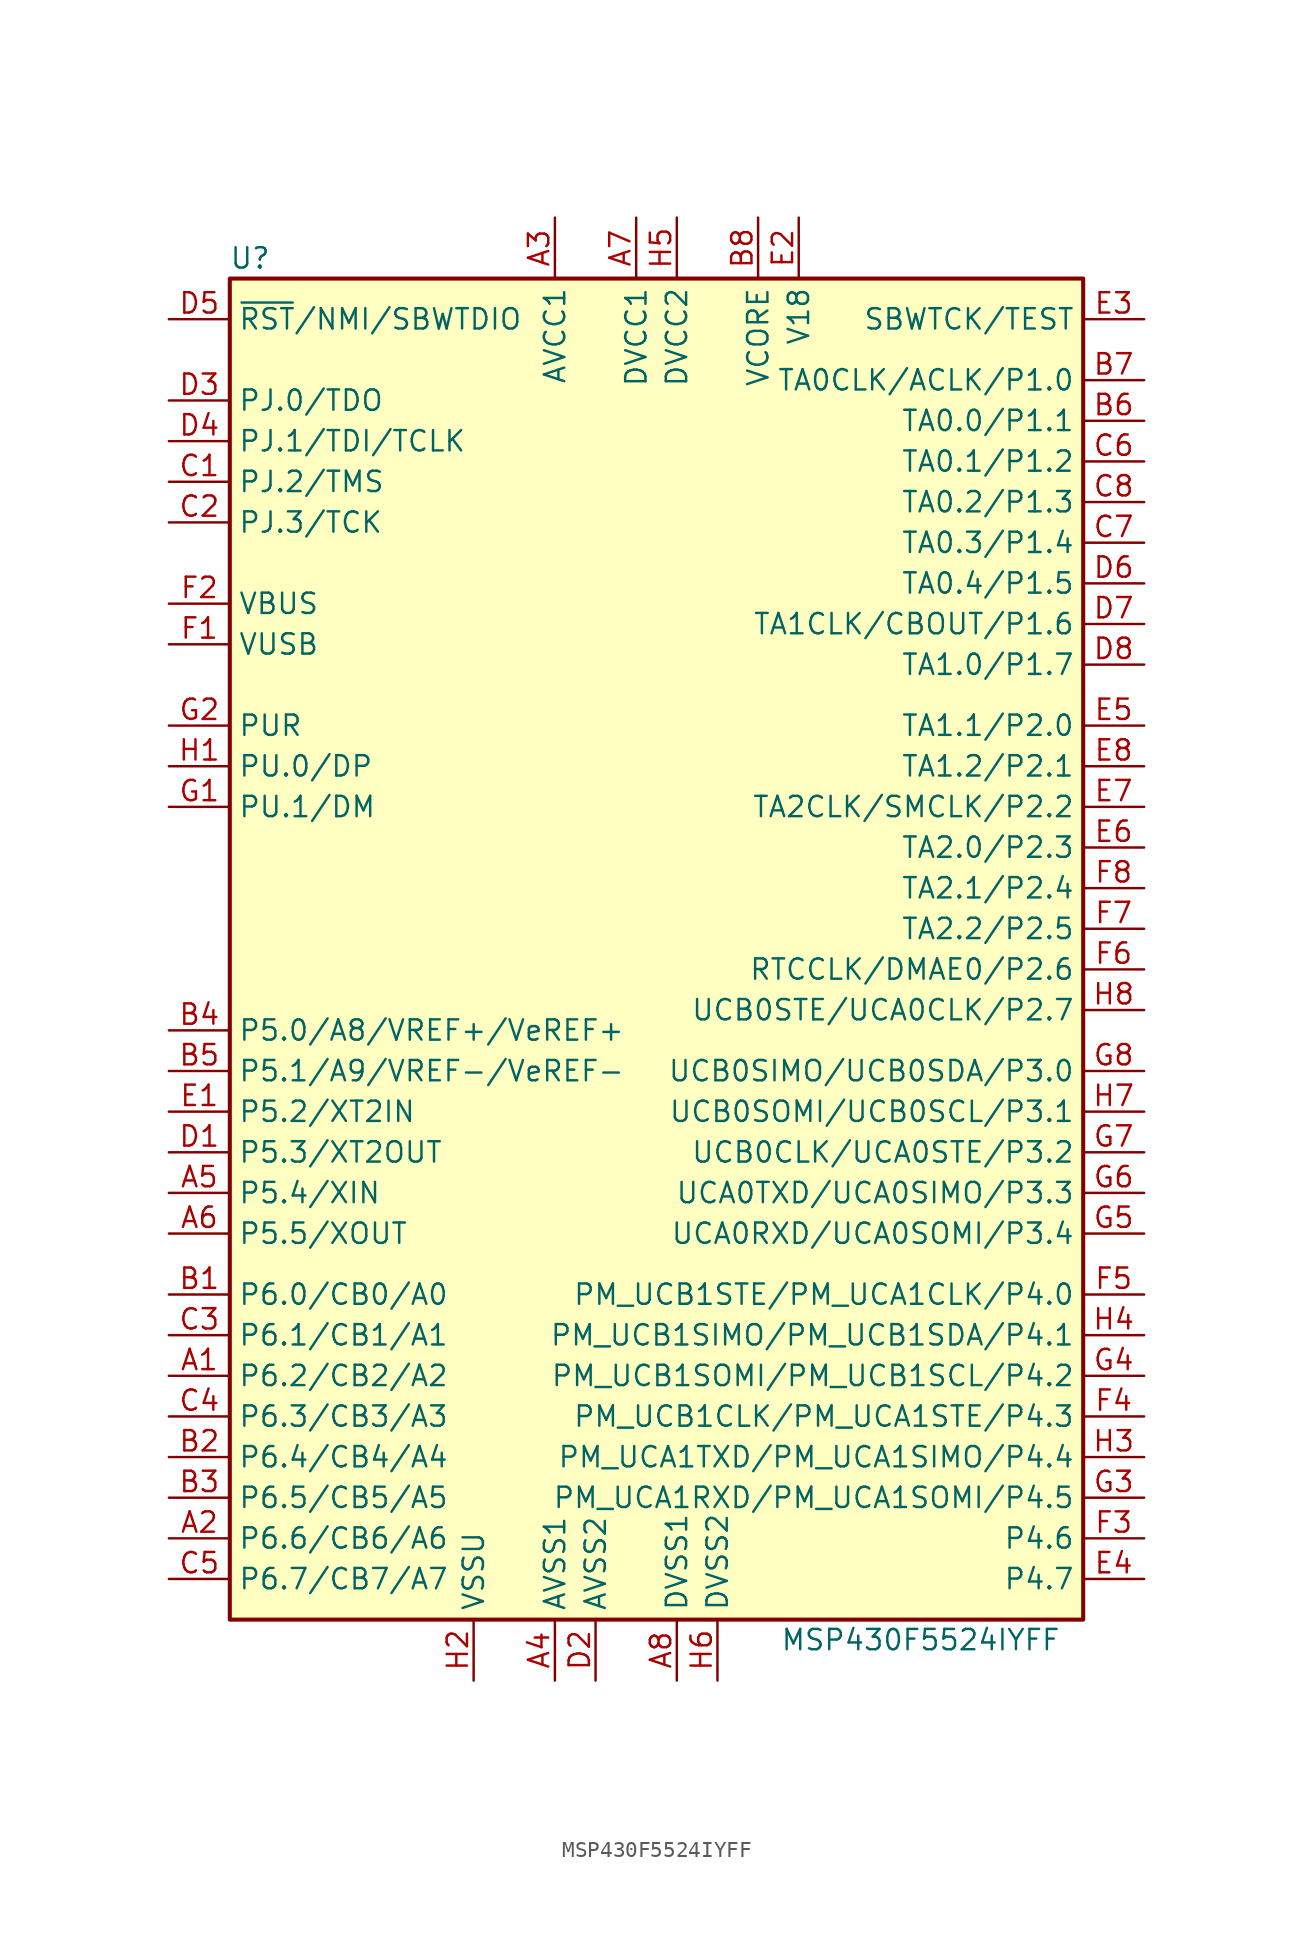
<source format=kicad_sym>
(kicad_symbol_lib
  (version 20241209)
  (generator "kicad_symbol_editor")
  (generator_version "9.0")
  (symbol "MSP430F5524IYFF"
    (property "Reference" "U"
      (at -25.4 43.18 0)
      (effects (font (size 1.27 1.27))))
    (property "Value" "MSP430F5524IYFF"
      (at 16.51 -43.18 0)
      (effects (font (size 1.27 1.27))))
    (symbol "MSP430F5524IYFF_0_1"
      (rectangle (start -26.67 41.91) (end 26.67 -41.91) (stroke (width 0.254) (type default)) (fill (type background))))
    (symbol "MSP430F5524IYFF_1_1"
      (pin input line (at -30.48 39.37 0) (length 3.81) (name "~{RST}/NMI/SBWTDIO" (effects (font (size 1.27 1.27)))) (number "D5" (effects (font (size 1.27 1.27)))))
      (pin bidirectional line (at -30.48 34.29 0) (length 3.81) (name "PJ.0/TDO" (effects (font (size 1.27 1.27)))) (number "D3" (effects (font (size 1.27 1.27)))))
      (pin bidirectional line (at -30.48 31.75 0) (length 3.81) (name "PJ.1/TDI/TCLK" (effects (font (size 1.27 1.27)))) (number "D4" (effects (font (size 1.27 1.27)))))
      (pin bidirectional line (at -30.48 29.21 0) (length 3.81) (name "PJ.2/TMS" (effects (font (size 1.27 1.27)))) (number "C1" (effects (font (size 1.27 1.27)))))
      (pin bidirectional line (at -30.48 26.67 0) (length 3.81) (name "PJ.3/TCK" (effects (font (size 1.27 1.27)))) (number "C2" (effects (font (size 1.27 1.27)))))
      (pin power_in line (at -30.48 21.59 0) (length 3.81) (name "VBUS" (effects (font (size 1.27 1.27)))) (number "F2" (effects (font (size 1.27 1.27)))))
      (pin power_out line (at -30.48 19.05 0) (length 3.81) (name "VUSB" (effects (font (size 1.27 1.27)))) (number "F1" (effects (font (size 1.27 1.27)))))
      (pin bidirectional line (at -30.48 13.97 0) (length 3.81) (name "PUR" (effects (font (size 1.27 1.27)))) (number "G2" (effects (font (size 1.27 1.27)))))
      (pin bidirectional line (at -30.48 11.43 0) (length 3.81) (name "PU.0/DP" (effects (font (size 1.27 1.27)))) (number "H1" (effects (font (size 1.27 1.27)))))
      (pin bidirectional line (at -30.48 8.89 0) (length 3.81) (name "PU.1/DM" (effects (font (size 1.27 1.27)))) (number "G1" (effects (font (size 1.27 1.27)))))
      (pin bidirectional line (at -30.48 -5.08 0) (length 3.81) (name "P5.0/A8/VREF+/VeREF+" (effects (font (size 1.27 1.27)))) (number "B4" (effects (font (size 1.27 1.27)))))
      (pin bidirectional line (at -30.48 -7.62 0) (length 3.81) (name "P5.1/A9/VREF-/VeREF-" (effects (font (size 1.27 1.27)))) (number "B5" (effects (font (size 1.27 1.27)))))
      (pin bidirectional line (at -30.48 -10.16 0) (length 3.81) (name "P5.2/XT2IN" (effects (font (size 1.27 1.27)))) (number "E1" (effects (font (size 1.27 1.27)))))
      (pin bidirectional line (at -30.48 -12.7 0) (length 3.81) (name "P5.3/XT2OUT" (effects (font (size 1.27 1.27)))) (number "D1" (effects (font (size 1.27 1.27)))))
      (pin bidirectional line (at -30.48 -15.24 0) (length 3.81) (name "P5.4/XIN" (effects (font (size 1.27 1.27)))) (number "A5" (effects (font (size 1.27 1.27)))))
      (pin bidirectional line (at -30.48 -17.78 0) (length 3.81) (name "P5.5/XOUT" (effects (font (size 1.27 1.27)))) (number "A6" (effects (font (size 1.27 1.27)))))
      (pin bidirectional line (at -30.48 -21.59 0) (length 3.81) (name "P6.0/CB0/A0" (effects (font (size 1.27 1.27)))) (number "B1" (effects (font (size 1.27 1.27)))))
      (pin bidirectional line (at -30.48 -24.13 0) (length 3.81) (name "P6.1/CB1/A1" (effects (font (size 1.27 1.27)))) (number "C3" (effects (font (size 1.27 1.27)))))
      (pin bidirectional line (at -30.48 -26.67 0) (length 3.81) (name "P6.2/CB2/A2" (effects (font (size 1.27 1.27)))) (number "A1" (effects (font (size 1.27 1.27)))))
      (pin bidirectional line (at -30.48 -29.21 0) (length 3.81) (name "P6.3/CB3/A3" (effects (font (size 1.27 1.27)))) (number "C4" (effects (font (size 1.27 1.27)))))
      (pin bidirectional line (at -30.48 -31.75 0) (length 3.81) (name "P6.4/CB4/A4" (effects (font (size 1.27 1.27)))) (number "B2" (effects (font (size 1.27 1.27)))))
      (pin bidirectional line (at -30.48 -34.29 0) (length 3.81) (name "P6.5/CB5/A5" (effects (font (size 1.27 1.27)))) (number "B3" (effects (font (size 1.27 1.27)))))
      (pin bidirectional line (at -30.48 -36.83 0) (length 3.81) (name "P6.6/CB6/A6" (effects (font (size 1.27 1.27)))) (number "A2" (effects (font (size 1.27 1.27)))))
      (pin bidirectional line (at -30.48 -39.37 0) (length 3.81) (name "P6.7/CB7/A7" (effects (font (size 1.27 1.27)))) (number "C5" (effects (font (size 1.27 1.27)))))
      (pin power_in line (at -11.43 -45.72 90) (length 3.81) (name "VSSU" (effects (font (size 1.27 1.27)))) (number "H2" (effects (font (size 1.27 1.27)))))
      (pin power_in line (at -6.35 45.72 270) (length 3.81) (name "AVCC1" (effects (font (size 1.27 1.27)))) (number "A3" (effects (font (size 1.27 1.27)))))
      (pin power_in line (at -6.35 -45.72 90) (length 3.81) (name "AVSS1" (effects (font (size 1.27 1.27)))) (number "A4" (effects (font (size 1.27 1.27)))))
      (pin power_in line (at -3.81 -45.72 90) (length 3.81) (name "AVSS2" (effects (font (size 1.27 1.27)))) (number "D2" (effects (font (size 1.27 1.27)))))
      (pin power_in line (at -1.27 45.72 270) (length 3.81) (name "DVCC1" (effects (font (size 1.27 1.27)))) (number "A7" (effects (font (size 1.27 1.27)))))
      (pin power_in line (at 1.27 45.72 270) (length 3.81) (name "DVCC2" (effects (font (size 1.27 1.27)))) (number "H5" (effects (font (size 1.27 1.27)))))
      (pin power_in line (at 1.27 -45.72 90) (length 3.81) (name "DVSS1" (effects (font (size 1.27 1.27)))) (number "A8" (effects (font (size 1.27 1.27)))))
      (pin power_in line (at 3.81 -45.72 90) (length 3.81) (name "DVSS2" (effects (font (size 1.27 1.27)))) (number "H6" (effects (font (size 1.27 1.27)))))
      (pin bidirectional line (at 6.35 45.72 270) (length 3.81) (name "VCORE" (effects (font (size 1.27 1.27)))) (number "B8" (effects (font (size 1.27 1.27)))))
      (pin passive line (at 8.89 45.72 270) (length 3.81) (name "V18" (effects (font (size 1.27 1.27)))) (number "E2" (effects (font (size 1.27 1.27)))))
      (pin input line (at 30.48 39.37 180) (length 3.81) (name "SBWTCK/TEST" (effects (font (size 1.27 1.27)))) (number "E3" (effects (font (size 1.27 1.27)))))
      (pin bidirectional line (at 30.48 35.56 180) (length 3.81) (name "TA0CLK/ACLK/P1.0" (effects (font (size 1.27 1.27)))) (number "B7" (effects (font (size 1.27 1.27)))))
      (pin bidirectional line (at 30.48 33.02 180) (length 3.81) (name "TA0.0/P1.1" (effects (font (size 1.27 1.27)))) (number "B6" (effects (font (size 1.27 1.27)))))
      (pin bidirectional line (at 30.48 30.48 180) (length 3.81) (name "TA0.1/P1.2" (effects (font (size 1.27 1.27)))) (number "C6" (effects (font (size 1.27 1.27)))))
      (pin bidirectional line (at 30.48 27.94 180) (length 3.81) (name "TA0.2/P1.3" (effects (font (size 1.27 1.27)))) (number "C8" (effects (font (size 1.27 1.27)))))
      (pin bidirectional line (at 30.48 25.4 180) (length 3.81) (name "TA0.3/P1.4" (effects (font (size 1.27 1.27)))) (number "C7" (effects (font (size 1.27 1.27)))))
      (pin bidirectional line (at 30.48 22.86 180) (length 3.81) (name "TA0.4/P1.5" (effects (font (size 1.27 1.27)))) (number "D6" (effects (font (size 1.27 1.27)))))
      (pin bidirectional line (at 30.48 20.32 180) (length 3.81) (name "TA1CLK/CBOUT/P1.6" (effects (font (size 1.27 1.27)))) (number "D7" (effects (font (size 1.27 1.27)))))
      (pin bidirectional line (at 30.48 17.78 180) (length 3.81) (name "TA1.0/P1.7" (effects (font (size 1.27 1.27)))) (number "D8" (effects (font (size 1.27 1.27)))))
      (pin bidirectional line (at 30.48 13.97 180) (length 3.81) (name "TA1.1/P2.0" (effects (font (size 1.27 1.27)))) (number "E5" (effects (font (size 1.27 1.27)))))
      (pin bidirectional line (at 30.48 11.43 180) (length 3.81) (name "TA1.2/P2.1" (effects (font (size 1.27 1.27)))) (number "E8" (effects (font (size 1.27 1.27)))))
      (pin bidirectional line (at 30.48 8.89 180) (length 3.81) (name "TA2CLK/SMCLK/P2.2" (effects (font (size 1.27 1.27)))) (number "E7" (effects (font (size 1.27 1.27)))))
      (pin bidirectional line (at 30.48 6.35 180) (length 3.81) (name "TA2.0/P2.3" (effects (font (size 1.27 1.27)))) (number "E6" (effects (font (size 1.27 1.27)))))
      (pin bidirectional line (at 30.48 3.81 180) (length 3.81) (name "TA2.1/P2.4" (effects (font (size 1.27 1.27)))) (number "F8" (effects (font (size 1.27 1.27)))))
      (pin bidirectional line (at 30.48 1.27 180) (length 3.81) (name "TA2.2/P2.5" (effects (font (size 1.27 1.27)))) (number "F7" (effects (font (size 1.27 1.27)))))
      (pin bidirectional line (at 30.48 -1.27 180) (length 3.81) (name "RTCCLK/DMAE0/P2.6" (effects (font (size 1.27 1.27)))) (number "F6" (effects (font (size 1.27 1.27)))))
      (pin bidirectional line (at 30.48 -3.81 180) (length 3.81) (name "UCB0STE/UCA0CLK/P2.7" (effects (font (size 1.27 1.27)))) (number "H8" (effects (font (size 1.27 1.27)))))
      (pin bidirectional line (at 30.48 -7.62 180) (length 3.81) (name "UCB0SIMO/UCB0SDA/P3.0" (effects (font (size 1.27 1.27)))) (number "G8" (effects (font (size 1.27 1.27)))))
      (pin bidirectional line (at 30.48 -10.16 180) (length 3.81) (name "UCB0SOMI/UCB0SCL/P3.1" (effects (font (size 1.27 1.27)))) (number "H7" (effects (font (size 1.27 1.27)))))
      (pin bidirectional line (at 30.48 -12.7 180) (length 3.81) (name "UCB0CLK/UCA0STE/P3.2" (effects (font (size 1.27 1.27)))) (number "G7" (effects (font (size 1.27 1.27)))))
      (pin bidirectional line (at 30.48 -15.24 180) (length 3.81) (name "UCA0TXD/UCA0SIMO/P3.3" (effects (font (size 1.27 1.27)))) (number "G6" (effects (font (size 1.27 1.27)))))
      (pin bidirectional line (at 30.48 -17.78 180) (length 3.81) (name "UCA0RXD/UCA0SOMI/P3.4" (effects (font (size 1.27 1.27)))) (number "G5" (effects (font (size 1.27 1.27)))))
      (pin bidirectional line (at 30.48 -21.59 180) (length 3.81) (name "PM_UCB1STE/PM_UCA1CLK/P4.0" (effects (font (size 1.27 1.27)))) (number "F5" (effects (font (size 1.27 1.27)))))
      (pin bidirectional line (at 30.48 -24.13 180) (length 3.81) (name "PM_UCB1SIMO/PM_UCB1SDA/P4.1" (effects (font (size 1.27 1.27)))) (number "H4" (effects (font (size 1.27 1.27)))))
      (pin bidirectional line (at 30.48 -26.67 180) (length 3.81) (name "PM_UCB1SOMI/PM_UCB1SCL/P4.2" (effects (font (size 1.27 1.27)))) (number "G4" (effects (font (size 1.27 1.27)))))
      (pin bidirectional line (at 30.48 -29.21 180) (length 3.81) (name "PM_UCB1CLK/PM_UCA1STE/P4.3" (effects (font (size 1.27 1.27)))) (number "F4" (effects (font (size 1.27 1.27)))))
      (pin bidirectional line (at 30.48 -31.75 180) (length 3.81) (name "PM_UCA1TXD/PM_UCA1SIMO/P4.4" (effects (font (size 1.27 1.27)))) (number "H3" (effects (font (size 1.27 1.27)))))
      (pin bidirectional line (at 30.48 -34.29 180) (length 3.81) (name "PM_UCA1RXD/PM_UCA1SOMI/P4.5" (effects (font (size 1.27 1.27)))) (number "G3" (effects (font (size 1.27 1.27)))))
      (pin bidirectional line (at 30.48 -36.83 180) (length 3.81) (name "P4.6" (effects (font (size 1.27 1.27)))) (number "F3" (effects (font (size 1.27 1.27)))))
      (pin bidirectional line (at 30.48 -39.37 180) (length 3.81) (name "P4.7" (effects (font (size 1.27 1.27)))) (number "E4" (effects (font (size 1.27 1.27))))))))
</source>
